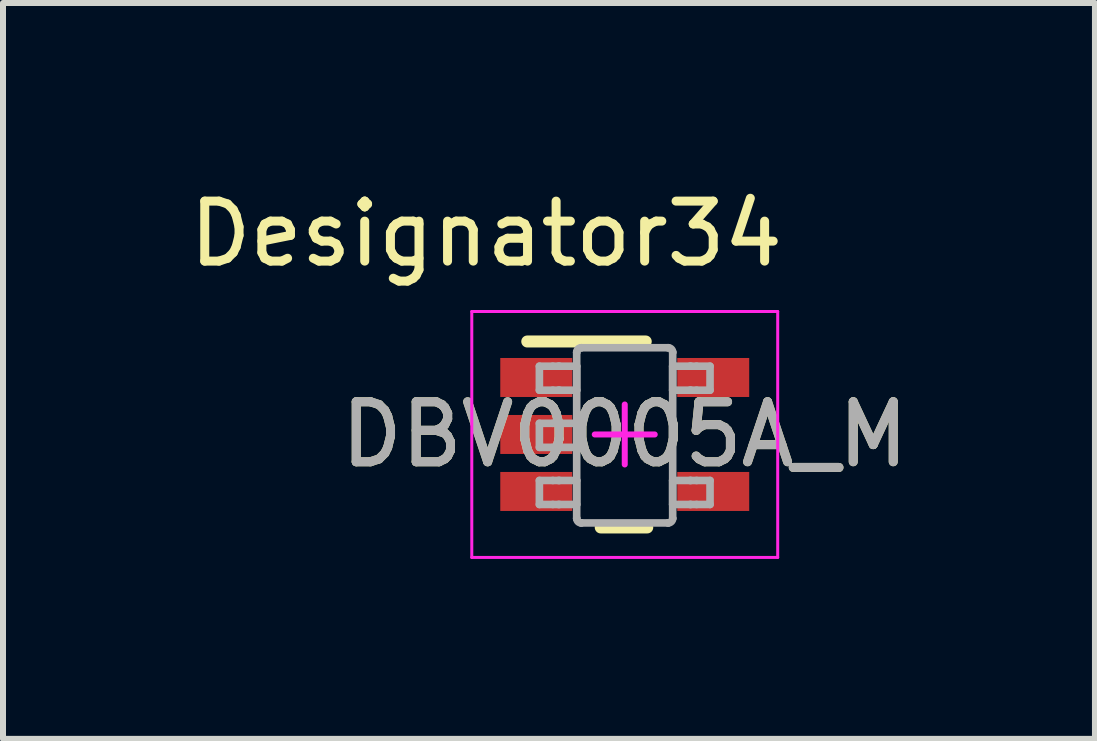
<source format=kicad_pcb>
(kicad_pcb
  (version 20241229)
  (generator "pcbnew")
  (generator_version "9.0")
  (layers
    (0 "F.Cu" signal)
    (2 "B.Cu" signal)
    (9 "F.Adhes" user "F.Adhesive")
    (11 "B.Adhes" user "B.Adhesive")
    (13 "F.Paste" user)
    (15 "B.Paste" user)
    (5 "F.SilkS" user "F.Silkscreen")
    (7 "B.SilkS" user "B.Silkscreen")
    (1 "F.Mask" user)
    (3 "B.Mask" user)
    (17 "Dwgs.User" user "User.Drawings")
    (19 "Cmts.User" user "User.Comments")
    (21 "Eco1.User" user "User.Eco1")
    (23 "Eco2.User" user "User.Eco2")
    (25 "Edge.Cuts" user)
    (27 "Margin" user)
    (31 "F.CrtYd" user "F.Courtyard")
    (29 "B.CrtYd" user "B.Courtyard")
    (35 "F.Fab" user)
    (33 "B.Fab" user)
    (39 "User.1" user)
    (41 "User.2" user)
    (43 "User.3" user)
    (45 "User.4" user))
  (footprint "DBV0005A_M"
    (layer "F.Cu")
    (at 7.365 4.193)
    (property "Reference" "DBV0005A_M" (at 0 0 0) (unlocked yes) (layer "F.SilkS") (effects (font (size 1 1) (thickness 0.15))))
    (attr smd)
    (fp_line (start -1.625 -1.55) (end 0.35 -1.55) (stroke (width 0.2) (type solid)) (layer "F.SilkS"))
    (fp_line (start -0.4 1.55) (end 0.375 1.55) (stroke (width 0.2) (type solid)) (layer "F.SilkS"))
    (fp_line (start -2.55 -2.05) (end 2.55 -2.05) (stroke (width 0.05) (type solid)) (layer "F.CrtYd"))
    (fp_line (start -2.55 2.05) (end -2.55 -2.05) (stroke (width 0.05) (type solid)) (layer "F.CrtYd"))
    (fp_line (start -2.55 2.05) (end 2.55 2.05) (stroke (width 0.05) (type solid)) (layer "F.CrtYd"))
    (fp_line (start -0.5 0) (end 0.5 0) (stroke (width 0.1) (type solid)) (layer "F.CrtYd"))
    (fp_line (start 0 0.5) (end 0 -0.5) (stroke (width 0.1) (type solid)) (layer "F.CrtYd"))
    (fp_line (start 2.55 2.05) (end 2.55 -2.05) (stroke (width 0.05) (type solid)) (layer "F.CrtYd"))
    (fp_line (start -1.423 -1.138) (end -1.199 -1.138) (stroke (width 0.127) (type solid)) (layer "F.Fab"))
    (fp_line (start -1.423 -0.738) (end -1.423 -1.138) (stroke (width 0.127) (type solid)) (layer "F.Fab"))
    (fp_line (start -1.423 -0.738) (end -1.199 -0.738) (stroke (width 0.127) (type solid)) (layer "F.Fab"))
    (fp_line (start -1.423 -0.186) (end -1.199 -0.186) (stroke (width 0.127) (type solid)) (layer "F.Fab"))
    (fp_line (start -1.423 0.215) (end -1.423 -0.186) (stroke (width 0.127) (type solid)) (layer "F.Fab"))
    (fp_line (start -1.423 0.215) (end -1.199 0.215) (stroke (width 0.127) (type solid)) (layer "F.Fab"))
    (fp_line (start -1.423 0.767) (end -1.199 0.767) (stroke (width 0.127) (type solid)) (layer "F.Fab"))
    (fp_line (start -1.423 1.167) (end -1.423 0.767) (stroke (width 0.127) (type solid)) (layer "F.Fab"))
    (fp_line (start -1.423 1.167) (end -1.199 1.167) (stroke (width 0.127) (type solid)) (layer "F.Fab"))
    (fp_line (start -1.199 -1.138) (end -1.105 -1.138) (stroke (width 0.127) (type solid)) (layer "F.Fab"))
    (fp_line (start -1.199 -0.738) (end -1.105 -0.738) (stroke (width 0.127) (type solid)) (layer "F.Fab"))
    (fp_line (start -1.199 -0.186) (end -1.105 -0.186) (stroke (width 0.127) (type solid)) (layer "F.Fab"))
    (fp_line (start -1.199 0.215) (end -1.105 0.215) (stroke (width 0.127) (type solid)) (layer "F.Fab"))
    (fp_line (start -1.199 0.767) (end -1.105 0.767) (stroke (width 0.127) (type solid)) (layer "F.Fab"))
    (fp_line (start -1.199 1.167) (end -1.105 1.167) (stroke (width 0.127) (type solid)) (layer "F.Fab"))
    (fp_line (start -1.105 -1.138) (end -1.088 -1.138) (stroke (width 0.127) (type solid)) (layer "F.Fab"))
    (fp_line (start -1.105 -0.738) (end -1.088 -0.738) (stroke (width 0.127) (type solid)) (layer "F.Fab"))
    (fp_line (start -1.105 -0.186) (end -1.088 -0.186) (stroke (width 0.127) (type solid)) (layer "F.Fab"))
    (fp_line (start -1.105 0.215) (end -1.088 0.215) (stroke (width 0.127) (type solid)) (layer "F.Fab"))
    (fp_line (start -1.105 0.767) (end -1.088 0.767) (stroke (width 0.127) (type solid)) (layer "F.Fab"))
    (fp_line (start -1.105 1.167) (end -1.088 1.167) (stroke (width 0.127) (type solid)) (layer "F.Fab"))
    (fp_line (start -1.088 -1.138) (end -0.835 -1.138) (stroke (width 0.127) (type solid)) (layer "F.Fab"))
    (fp_line (start -1.088 -0.738) (end -0.835 -0.738) (stroke (width 0.127) (type solid)) (layer "F.Fab"))
    (fp_line (start -1.088 -0.186) (end -0.835 -0.186) (stroke (width 0.127) (type solid)) (layer "F.Fab"))
    (fp_line (start -1.088 0.215) (end -0.835 0.215) (stroke (width 0.127) (type solid)) (layer "F.Fab"))
    (fp_line (start -1.088 0.767) (end -0.835 0.767) (stroke (width 0.127) (type solid)) (layer "F.Fab"))
    (fp_line (start -1.088 1.167) (end -0.835 1.167) (stroke (width 0.127) (type solid)) (layer "F.Fab"))
    (fp_line (start -0.835 -1.138) (end -0.801 -1.138) (stroke (width 0.127) (type solid)) (layer "F.Fab"))
    (fp_line (start -0.835 -0.738) (end -0.801 -0.738) (stroke (width 0.127) (type solid)) (layer "F.Fab"))
    (fp_line (start -0.835 -0.186) (end -0.801 -0.186) (stroke (width 0.127) (type solid)) (layer "F.Fab"))
    (fp_line (start -0.835 0.215) (end -0.801 0.215) (stroke (width 0.127) (type solid)) (layer "F.Fab"))
    (fp_line (start -0.835 0.767) (end -0.801 0.767) (stroke (width 0.127) (type solid)) (layer "F.Fab"))
    (fp_line (start -0.835 1.167) (end -0.801 1.167) (stroke (width 0.127) (type solid)) (layer "F.Fab"))
    (fp_line (start -0.801 -1.37) (end -0.801 -1.371) (stroke (width 0.127) (type solid)) (layer "F.Fab"))
    (fp_line (start -0.801 -0.738) (end -0.801 -1.138) (stroke (width 0.127) (type solid)) (layer "F.Fab"))
    (fp_line (start -0.801 0.215) (end -0.801 -0.186) (stroke (width 0.127) (type solid)) (layer "F.Fab"))
    (fp_line (start -0.801 1.167) (end -0.801 0.767) (stroke (width 0.127) (type solid)) (layer "F.Fab"))
    (fp_line (start -0.801 1.399) (end -0.801 -1.37) (stroke (width 0.127) (type solid)) (layer "F.Fab"))
    (fp_line (start -0.801 1.4) (end -0.801 1.399) (stroke (width 0.127) (type solid)) (layer "F.Fab"))
    (fp_line (start -0.725 -1.446) (end -0.725 -1.446) (stroke (width 0.127) (type solid)) (layer "F.Fab"))
    (fp_line (start -0.725 1.475) (end -0.725 1.475) (stroke (width 0.127) (type solid)) (layer "F.Fab"))
    (fp_line (start -0.725 -1.446) (end 0.723 -1.446) (stroke (width 0.127) (type solid)) (layer "F.Fab"))
    (fp_line (start -0.725 1.475) (end 0.723 1.475) (stroke (width 0.127) (type solid)) (layer "F.Fab"))
    (fp_line (start 0.723 -1.446) (end 0.724 -1.446) (stroke (width 0.127) (type solid)) (layer "F.Fab"))
    (fp_line (start 0.723 1.475) (end 0.724 1.475) (stroke (width 0.127) (type solid)) (layer "F.Fab"))
    (fp_line (start 0.799 -1.37) (end 0.799 -1.371) (stroke (width 0.127) (type solid)) (layer "F.Fab"))
    (fp_line (start 0.799 -1.138) (end 0.834 -1.138) (stroke (width 0.127) (type solid)) (layer "F.Fab"))
    (fp_line (start 0.799 -0.738) (end 0.799 -1.138) (stroke (width 0.127) (type solid)) (layer "F.Fab"))
    (fp_line (start 0.799 -0.738) (end 0.834 -0.738) (stroke (width 0.127) (type solid)) (layer "F.Fab"))
    (fp_line (start 0.799 0.767) (end 0.834 0.767) (stroke (width 0.127) (type solid)) (layer "F.Fab"))
    (fp_line (start 0.799 1.167) (end 0.799 0.767) (stroke (width 0.127) (type solid)) (layer "F.Fab"))
    (fp_line (start 0.799 1.167) (end 0.834 1.167) (stroke (width 0.127) (type solid)) (layer "F.Fab"))
    (fp_line (start 0.799 1.399) (end 0.799 -1.37) (stroke (width 0.127) (type solid)) (layer "F.Fab"))
    (fp_line (start 0.799 1.4) (end 0.799 1.399) (stroke (width 0.127) (type solid)) (layer "F.Fab"))
    (fp_line (start 0.834 -1.138) (end 1.087 -1.138) (stroke (width 0.127) (type solid)) (layer "F.Fab"))
    (fp_line (start 0.834 -0.738) (end 1.087 -0.738) (stroke (width 0.127) (type solid)) (layer "F.Fab"))
    (fp_line (start 0.834 0.767) (end 1.087 0.767) (stroke (width 0.127) (type solid)) (layer "F.Fab"))
    (fp_line (start 0.834 1.167) (end 1.087 1.167) (stroke (width 0.127) (type solid)) (layer "F.Fab"))
    (fp_line (start 1.087 -1.138) (end 1.103 -1.138) (stroke (width 0.127) (type solid)) (layer "F.Fab"))
    (fp_line (start 1.087 -0.738) (end 1.103 -0.738) (stroke (width 0.127) (type solid)) (layer "F.Fab"))
    (fp_line (start 1.087 0.767) (end 1.103 0.767) (stroke (width 0.127) (type solid)) (layer "F.Fab"))
    (fp_line (start 1.087 1.167) (end 1.103 1.167) (stroke (width 0.127) (type solid)) (layer "F.Fab"))
    (fp_line (start 1.103 -1.138) (end 1.198 -1.138) (stroke (width 0.127) (type solid)) (layer "F.Fab"))
    (fp_line (start 1.103 -0.738) (end 1.198 -0.738) (stroke (width 0.127) (type solid)) (layer "F.Fab"))
    (fp_line (start 1.103 0.767) (end 1.198 0.767) (stroke (width 0.127) (type solid)) (layer "F.Fab"))
    (fp_line (start 1.103 1.167) (end 1.198 1.167) (stroke (width 0.127) (type solid)) (layer "F.Fab"))
    (fp_line (start 1.198 -1.138) (end 1.422 -1.138) (stroke (width 0.127) (type solid)) (layer "F.Fab"))
    (fp_line (start 1.198 -0.738) (end 1.422 -0.738) (stroke (width 0.127) (type solid)) (layer "F.Fab"))
    (fp_line (start 1.198 0.767) (end 1.422 0.767) (stroke (width 0.127) (type solid)) (layer "F.Fab"))
    (fp_line (start 1.198 1.167) (end 1.422 1.167) (stroke (width 0.127) (type solid)) (layer "F.Fab"))
    (fp_line (start 1.422 -0.738) (end 1.422 -1.138) (stroke (width 0.127) (type solid)) (layer "F.Fab"))
    (fp_line (start 1.422 1.167) (end 1.422 0.767) (stroke (width 0.127) (type solid)) (layer "F.Fab"))
    (fp_arc (start -0.80074 -1.37084) (mid -0.778218 -1.423887) (end -0.724999 -1.445998) (stroke (width 0.127) (type solid)) (layer "F.Fab"))
    (fp_arc (start -0.724999 1.475) (mid -0.778213 1.452901) (end -0.80074 1.399867) (stroke (width 0.127) (type solid)) (layer "F.Fab"))
    (fp_arc (start 0.723714 -1.445998) (mid 0.776933 -1.423887) (end 0.799455 -1.37084) (stroke (width 0.127) (type solid)) (layer "F.Fab"))
    (fp_arc (start 0.799455 1.399868) (mid 0.776927 1.452901) (end 0.723713 1.475) (stroke (width 0.127) (type solid)) (layer "F.Fab"))
    (fp_text user "Designator34" (at -2.311 -3.345 0) (unlocked yes) (layer "F.SilkS") (effects (font (size 1 1) (thickness 0.15))))
    (fp_text user "${REFERENCE}" (at 0 0 0) (unlocked yes) (layer "F.Fab") (effects (font (size 1 1) (thickness 0.15))))
    (pad "1" smd rect (at -1.475 -0.95 90) (size 0.65 1.2) (layers "F.Cu" "F.Mask" "F.Paste"))
    (pad "2" smd rect (at -1.475 0 90) (size 0.65 1.2) (layers "F.Cu" "F.Mask" "F.Paste"))
    (pad "3" smd rect (at -1.475 0.95 90) (size 0.65 1.2) (layers "F.Cu" "F.Mask" "F.Paste"))
    (pad "4" smd rect (at 1.475 0.95 90) (size 0.65 1.2) (layers "F.Cu" "F.Mask" "F.Paste"))
    (pad "5" smd rect (at 1.475 -0.95 90) (size 0.65 1.2) (layers "F.Cu" "F.Mask" "F.Paste")))
  (gr_rect
    (start -3 -3)
    (end 15.204 9.268)
    (stroke (width 0.1) (type default))
    (fill no)
    (layer "Edge.Cuts")))
</source>
